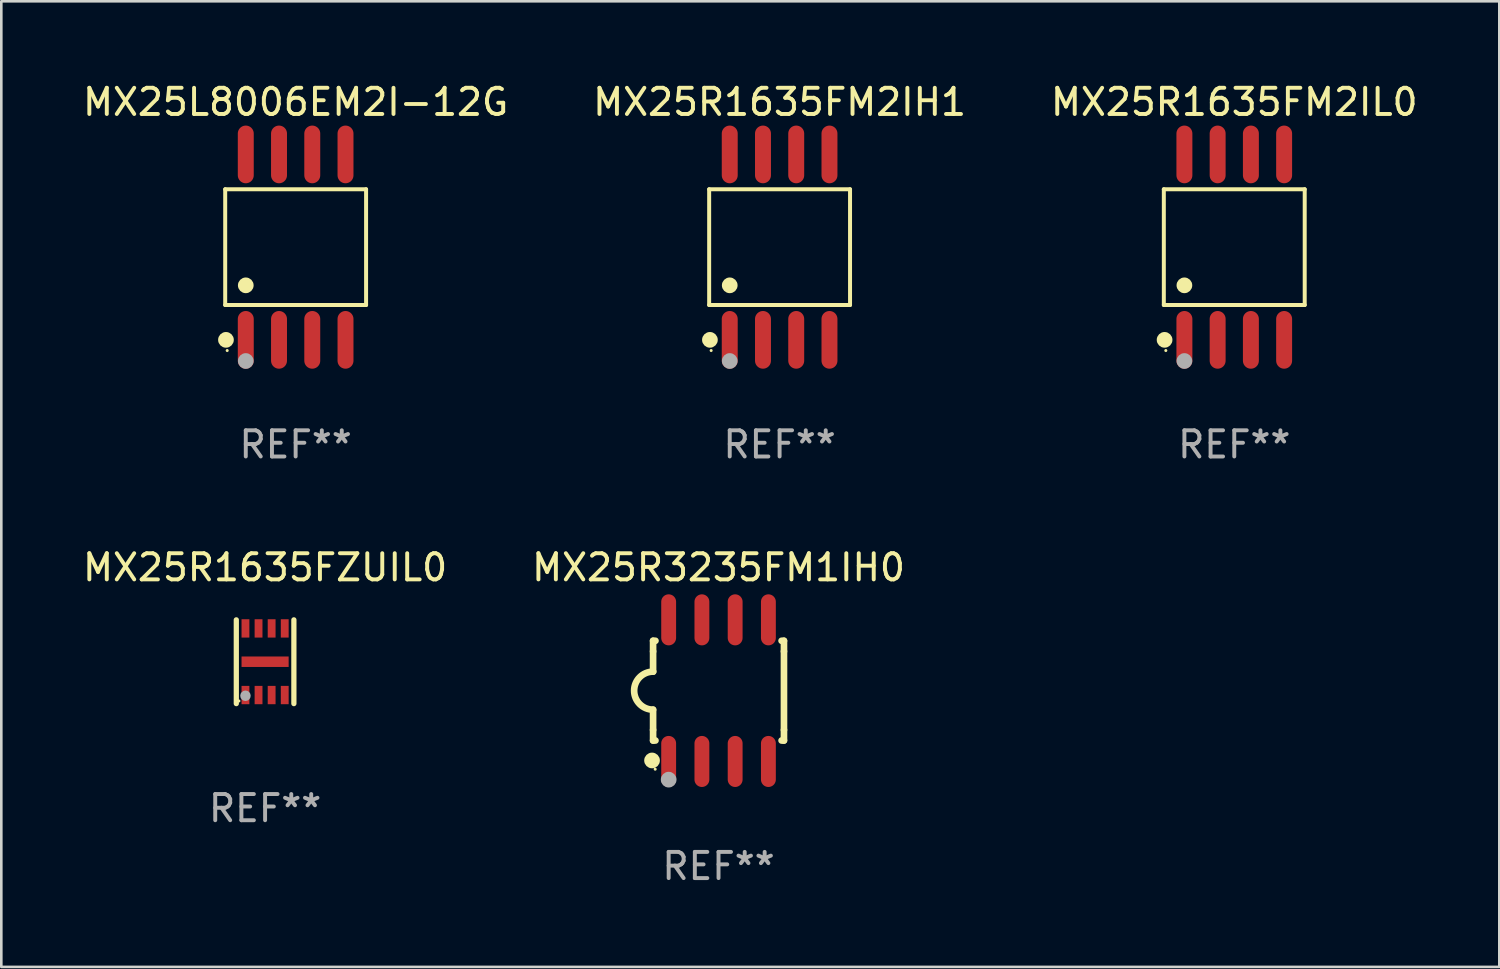
<source format=kicad_pcb>
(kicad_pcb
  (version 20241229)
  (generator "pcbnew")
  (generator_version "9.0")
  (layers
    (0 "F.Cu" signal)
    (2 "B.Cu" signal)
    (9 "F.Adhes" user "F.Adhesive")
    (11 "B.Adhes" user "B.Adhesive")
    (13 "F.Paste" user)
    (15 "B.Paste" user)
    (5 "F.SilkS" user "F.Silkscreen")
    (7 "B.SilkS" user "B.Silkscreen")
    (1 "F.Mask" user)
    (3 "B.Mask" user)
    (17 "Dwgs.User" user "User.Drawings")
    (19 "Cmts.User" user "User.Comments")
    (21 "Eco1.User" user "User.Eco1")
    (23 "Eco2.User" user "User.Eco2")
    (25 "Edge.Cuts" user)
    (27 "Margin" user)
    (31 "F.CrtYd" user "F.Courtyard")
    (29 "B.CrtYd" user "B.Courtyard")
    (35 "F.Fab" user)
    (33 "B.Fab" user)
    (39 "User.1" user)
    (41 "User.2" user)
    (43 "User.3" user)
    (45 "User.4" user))
  (footprint "MX25R1635FZUIL0"
    (layer "F.Cu")
    (at 7.077 22.229)
    (property "Reference" "MX25R1635FZUIL0" (at 0 -3.6 0) (layer "F.SilkS") (effects (font (size 1 1) (thickness 0.15))))
    (attr through_hole)
    (fp_line (start -1.1 1.6) (end -1.1 -1.6) (stroke (width 0.2) (type solid)) (layer "F.SilkS"))
    (fp_line (start 1.1 1.6) (end 1.1 -1.6) (stroke (width 0.2) (type solid)) (layer "F.SilkS"))
    (fp_circle (center -1 1.5) (end -0.97 1.5) (stroke (width 0.06) (type solid)) (fill no) (layer "F.SilkS"))
    (fp_circle (center -0.75 1.3) (end -0.65 1.3) (stroke (width 0.2) (type solid)) (fill no) (layer "F.Fab"))
    (fp_text user "REF**" (at 0 5.6 0) (layer "F.Fab") (effects (font (size 1 1) (thickness 0.15))))
    (pad "1" smd rect (at -0.75 1.273 90) (size 0.7 0.3) (layers "F.Cu" "F.Mask" "F.Paste"))
    (pad "2" smd rect (at -0.25 1.273 90) (size 0.7 0.3) (layers "F.Cu" "F.Mask" "F.Paste"))
    (pad "3" smd rect (at 0.25 1.273 90) (size 0.7 0.3) (layers "F.Cu" "F.Mask" "F.Paste"))
    (pad "4" smd rect (at 0.75 1.273 90) (size 0.7 0.3) (layers "F.Cu" "F.Mask" "F.Paste"))
    (pad "5" smd rect (at 0.75 -1.273 90) (size 0.7 0.3) (layers "F.Cu" "F.Mask" "F.Paste"))
    (pad "6" smd rect (at 0.25 -1.273 90) (size 0.7 0.3) (layers "F.Cu" "F.Mask" "F.Paste"))
    (pad "7" smd rect (at -0.25 -1.273 90) (size 0.7 0.3) (layers "F.Cu" "F.Mask" "F.Paste"))
    (pad "8" smd rect (at -0.75 -1.273 90) (size 0.7 0.3) (layers "F.Cu" "F.Mask" "F.Paste"))
    (pad "9" smd rect (at 0.000127 0) (size 1.8 0.4) (layers "F.Cu" "F.Mask" "F.Paste")))
  (footprint "MX25R1635FM2IL0"
    (layer "F.Cu")
    (at 44.101 6.391)
    (property "Reference" "MX25R1635FM2IL0" (at 0 -5.542 0) (layer "F.SilkS") (effects (font (size 1 1) (thickness 0.15))))
    (attr through_hole)
    (fp_line (start -2.691 -2.211) (end 2.691 -2.211) (stroke (width 0.152) (type solid)) (layer "F.SilkS"))
    (fp_line (start -2.691 2.211) (end -2.691 -2.211) (stroke (width 0.152) (type solid)) (layer "F.SilkS"))
    (fp_line (start 2.691 -2.211) (end 2.691 2.211) (stroke (width 0.152) (type solid)) (layer "F.SilkS"))
    (fp_line (start 2.691 2.211) (end -2.691 2.211) (stroke (width 0.152) (type solid)) (layer "F.SilkS"))
    (fp_circle (center -2.662 3.542) (end -2.512 3.542) (stroke (width 0.3) (type solid)) (fill no) (layer "F.SilkS"))
    (fp_circle (center -2.615 3.95) (end -2.585 3.95) (stroke (width 0.06) (type solid)) (fill no) (layer "F.SilkS"))
    (fp_circle (center -1.905 1.459) (end -1.755 1.459) (stroke (width 0.3) (type solid)) (fill no) (layer "F.SilkS"))
    (fp_circle (center -1.905 4.35) (end -1.755 4.35) (stroke (width 0.3) (type solid)) (fill no) (layer "F.Fab"))
    (fp_text user "REF**" (at 0 7.542 0) (layer "F.Fab") (effects (font (size 1 1) (thickness 0.15))))
    (pad "1" smd oval (at -1.905 3.542) (size 0.609 2.204) (layers "F.Cu" "F.Mask" "F.Paste"))
    (pad "2" smd oval (at -0.635 3.542) (size 0.609 2.204) (layers "F.Cu" "F.Mask" "F.Paste"))
    (pad "3" smd oval (at 0.635 3.542) (size 0.609 2.204) (layers "F.Cu" "F.Mask" "F.Paste"))
    (pad "4" smd oval (at 1.905 3.542) (size 0.609 2.204) (layers "F.Cu" "F.Mask" "F.Paste"))
    (pad "5" smd oval (at 1.905 -3.542) (size 0.609 2.204) (layers "F.Cu" "F.Mask" "F.Paste"))
    (pad "6" smd oval (at 0.635 -3.542) (size 0.609 2.204) (layers "F.Cu" "F.Mask" "F.Paste"))
    (pad "7" smd oval (at -0.635 -3.542) (size 0.609 2.204) (layers "F.Cu" "F.Mask" "F.Paste"))
    (pad "8" smd oval (at -1.905 -3.542) (size 0.609 2.204) (layers "F.Cu" "F.Mask" "F.Paste")))
  (footprint "MX25L8006EM2I-12G"
    (layer "F.Cu")
    (at 8.244 6.391)
    (property "Reference" "MX25L8006EM2I-12G" (at 0 -5.542 0) (layer "F.SilkS") (effects (font (size 1 1) (thickness 0.15))))
    (attr through_hole)
    (fp_line (start -2.691 -2.211) (end 2.691 -2.211) (stroke (width 0.152) (type solid)) (layer "F.SilkS"))
    (fp_line (start -2.691 2.211) (end -2.691 -2.211) (stroke (width 0.152) (type solid)) (layer "F.SilkS"))
    (fp_line (start 2.691 -2.211) (end 2.691 2.211) (stroke (width 0.152) (type solid)) (layer "F.SilkS"))
    (fp_line (start 2.691 2.211) (end -2.691 2.211) (stroke (width 0.152) (type solid)) (layer "F.SilkS"))
    (fp_circle (center -2.662 3.542) (end -2.512 3.542) (stroke (width 0.3) (type solid)) (fill no) (layer "F.SilkS"))
    (fp_circle (center -2.615 3.95) (end -2.585 3.95) (stroke (width 0.06) (type solid)) (fill no) (layer "F.SilkS"))
    (fp_circle (center -1.905 1.459) (end -1.755 1.459) (stroke (width 0.3) (type solid)) (fill no) (layer "F.SilkS"))
    (fp_circle (center -1.905 4.35) (end -1.755 4.35) (stroke (width 0.3) (type solid)) (fill no) (layer "F.Fab"))
    (fp_text user "REF**" (at 0 7.542 0) (layer "F.Fab") (effects (font (size 1 1) (thickness 0.15))))
    (pad "1" smd oval (at -1.905 3.542) (size 0.609 2.204) (layers "F.Cu" "F.Mask" "F.Paste"))
    (pad "2" smd oval (at -0.635 3.542) (size 0.609 2.204) (layers "F.Cu" "F.Mask" "F.Paste"))
    (pad "3" smd oval (at 0.635 3.542) (size 0.609 2.204) (layers "F.Cu" "F.Mask" "F.Paste"))
    (pad "4" smd oval (at 1.905 3.542) (size 0.609 2.204) (layers "F.Cu" "F.Mask" "F.Paste"))
    (pad "5" smd oval (at 1.905 -3.542) (size 0.609 2.204) (layers "F.Cu" "F.Mask" "F.Paste"))
    (pad "6" smd oval (at 0.635 -3.542) (size 0.609 2.204) (layers "F.Cu" "F.Mask" "F.Paste"))
    (pad "7" smd oval (at -0.635 -3.542) (size 0.609 2.204) (layers "F.Cu" "F.Mask" "F.Paste"))
    (pad "8" smd oval (at -1.905 -3.542) (size 0.609 2.204) (layers "F.Cu" "F.Mask" "F.Paste")))
  (footprint "MX25R3235FM1IH0"
    (layer "F.Cu")
    (at 24.399 23.334)
    (property "Reference" "MX25R3235FM1IH0" (at 0 -4.705 0) (layer "F.SilkS") (effects (font (size 1 1) (thickness 0.15))))
    (attr through_hole)
    (fp_line (start -2.5 -1.905) (end -2.409 -1.905) (stroke (width 0.254) (type solid)) (layer "F.SilkS"))
    (fp_line (start -2.5 -1.5) (end -2.5 -1.905) (stroke (width 0.254) (type solid)) (layer "F.SilkS"))
    (fp_line (start -2.5 -1.5) (end -2.5 -0.726) (stroke (width 0.254) (type solid)) (layer "F.SilkS"))
    (fp_line (start -2.5 1.5) (end -2.5 0.727) (stroke (width 0.254) (type solid)) (layer "F.SilkS"))
    (fp_line (start -2.5 1.5) (end -2.5 1.905) (stroke (width 0.254) (type solid)) (layer "F.SilkS"))
    (fp_line (start -2.5 1.905) (end -2.409 1.905) (stroke (width 0.254) (type solid)) (layer "F.SilkS"))
    (fp_line (start 2.5 -1.905) (end 2.409 -1.905) (stroke (width 0.254) (type solid)) (layer "F.SilkS"))
    (fp_line (start 2.5 -1.5) (end 2.5 -1.905) (stroke (width 0.254) (type solid)) (layer "F.SilkS"))
    (fp_line (start 2.5 -1.5) (end 2.5 1.5) (stroke (width 0.254) (type solid)) (layer "F.SilkS"))
    (fp_line (start 2.5 1.5) (end 2.5 1.905) (stroke (width 0.254) (type solid)) (layer "F.SilkS"))
    (fp_line (start 2.5 1.905) (end 2.409 1.905) (stroke (width 0.254) (type solid)) (layer "F.SilkS"))
    (fp_arc (start -2.5 0.726568) (mid -3.220316 -0.0023) (end -2.495097 -0.726289) (stroke (width 0.254001) (type solid)) (layer "F.SilkS"))
    (fp_circle (center -2.54 2.667) (end -2.39 2.667) (stroke (width 0.3) (type solid)) (fill no) (layer "F.SilkS"))
    (fp_circle (center -2.42 3) (end -2.39 3) (stroke (width 0.06) (type solid)) (fill no) (layer "F.SilkS"))
    (fp_circle (center -1.905 3.4) (end -1.755 3.4) (stroke (width 0.3) (type solid)) (fill no) (layer "F.Fab"))
    (fp_text user "REF**" (at 0 6.705 0) (layer "F.Fab") (effects (font (size 1 1) (thickness 0.15))))
    (pad "1" smd oval (at -1.905 2.705) (size 0.568 1.95) (layers "F.Cu" "F.Mask" "F.Paste"))
    (pad "2" smd oval (at -0.635 2.705) (size 0.568 1.95) (layers "F.Cu" "F.Mask" "F.Paste"))
    (pad "3" smd oval (at 0.635 2.705) (size 0.568 1.95) (layers "F.Cu" "F.Mask" "F.Paste"))
    (pad "4" smd oval (at 1.905 2.705) (size 0.568 1.95) (layers "F.Cu" "F.Mask" "F.Paste"))
    (pad "5" smd oval (at 1.905 -2.705) (size 0.568 1.95) (layers "F.Cu" "F.Mask" "F.Paste"))
    (pad "6" smd oval (at 0.635 -2.705) (size 0.568 1.95) (layers "F.Cu" "F.Mask" "F.Paste"))
    (pad "7" smd oval (at -0.635 -2.705) (size 0.568 1.95) (layers "F.Cu" "F.Mask" "F.Paste"))
    (pad "8" smd oval (at -1.905 -2.705) (size 0.568 1.95) (layers "F.Cu" "F.Mask" "F.Paste")))
  (footprint "MX25R1635FM2IH1"
    (layer "F.Cu")
    (at 26.732 6.391)
    (property "Reference" "MX25R1635FM2IH1" (at 0 -5.542 0) (layer "F.SilkS") (effects (font (size 1 1) (thickness 0.15))))
    (attr through_hole)
    (fp_line (start -2.691 -2.211) (end 2.691 -2.211) (stroke (width 0.152) (type solid)) (layer "F.SilkS"))
    (fp_line (start -2.691 2.211) (end -2.691 -2.211) (stroke (width 0.152) (type solid)) (layer "F.SilkS"))
    (fp_line (start 2.691 -2.211) (end 2.691 2.211) (stroke (width 0.152) (type solid)) (layer "F.SilkS"))
    (fp_line (start 2.691 2.211) (end -2.691 2.211) (stroke (width 0.152) (type solid)) (layer "F.SilkS"))
    (fp_circle (center -2.662 3.542) (end -2.512 3.542) (stroke (width 0.3) (type solid)) (fill no) (layer "F.SilkS"))
    (fp_circle (center -2.615 3.95) (end -2.585 3.95) (stroke (width 0.06) (type solid)) (fill no) (layer "F.SilkS"))
    (fp_circle (center -1.905 1.459) (end -1.755 1.459) (stroke (width 0.3) (type solid)) (fill no) (layer "F.SilkS"))
    (fp_circle (center -1.905 4.35) (end -1.755 4.35) (stroke (width 0.3) (type solid)) (fill no) (layer "F.Fab"))
    (fp_text user "REF**" (at 0 7.542 0) (layer "F.Fab") (effects (font (size 1 1) (thickness 0.15))))
    (pad "1" smd oval (at -1.905 3.542) (size 0.609 2.204) (layers "F.Cu" "F.Mask" "F.Paste"))
    (pad "2" smd oval (at -0.635 3.542) (size 0.609 2.204) (layers "F.Cu" "F.Mask" "F.Paste"))
    (pad "3" smd oval (at 0.635 3.542) (size 0.609 2.204) (layers "F.Cu" "F.Mask" "F.Paste"))
    (pad "4" smd oval (at 1.905 3.542) (size 0.609 2.204) (layers "F.Cu" "F.Mask" "F.Paste"))
    (pad "5" smd oval (at 1.905 -3.542) (size 0.609 2.204) (layers "F.Cu" "F.Mask" "F.Paste"))
    (pad "6" smd oval (at 0.635 -3.542) (size 0.609 2.204) (layers "F.Cu" "F.Mask" "F.Paste"))
    (pad "7" smd oval (at -0.635 -3.542) (size 0.609 2.204) (layers "F.Cu" "F.Mask" "F.Paste"))
    (pad "8" smd oval (at -1.905 -3.542) (size 0.609 2.204) (layers "F.Cu" "F.Mask" "F.Paste")))
  (gr_rect
    (start -3 -3)
    (end 54.226 33.888)
    (stroke (width 0.1) (type default))
    (fill no)
    (layer "Edge.Cuts")))
</source>
